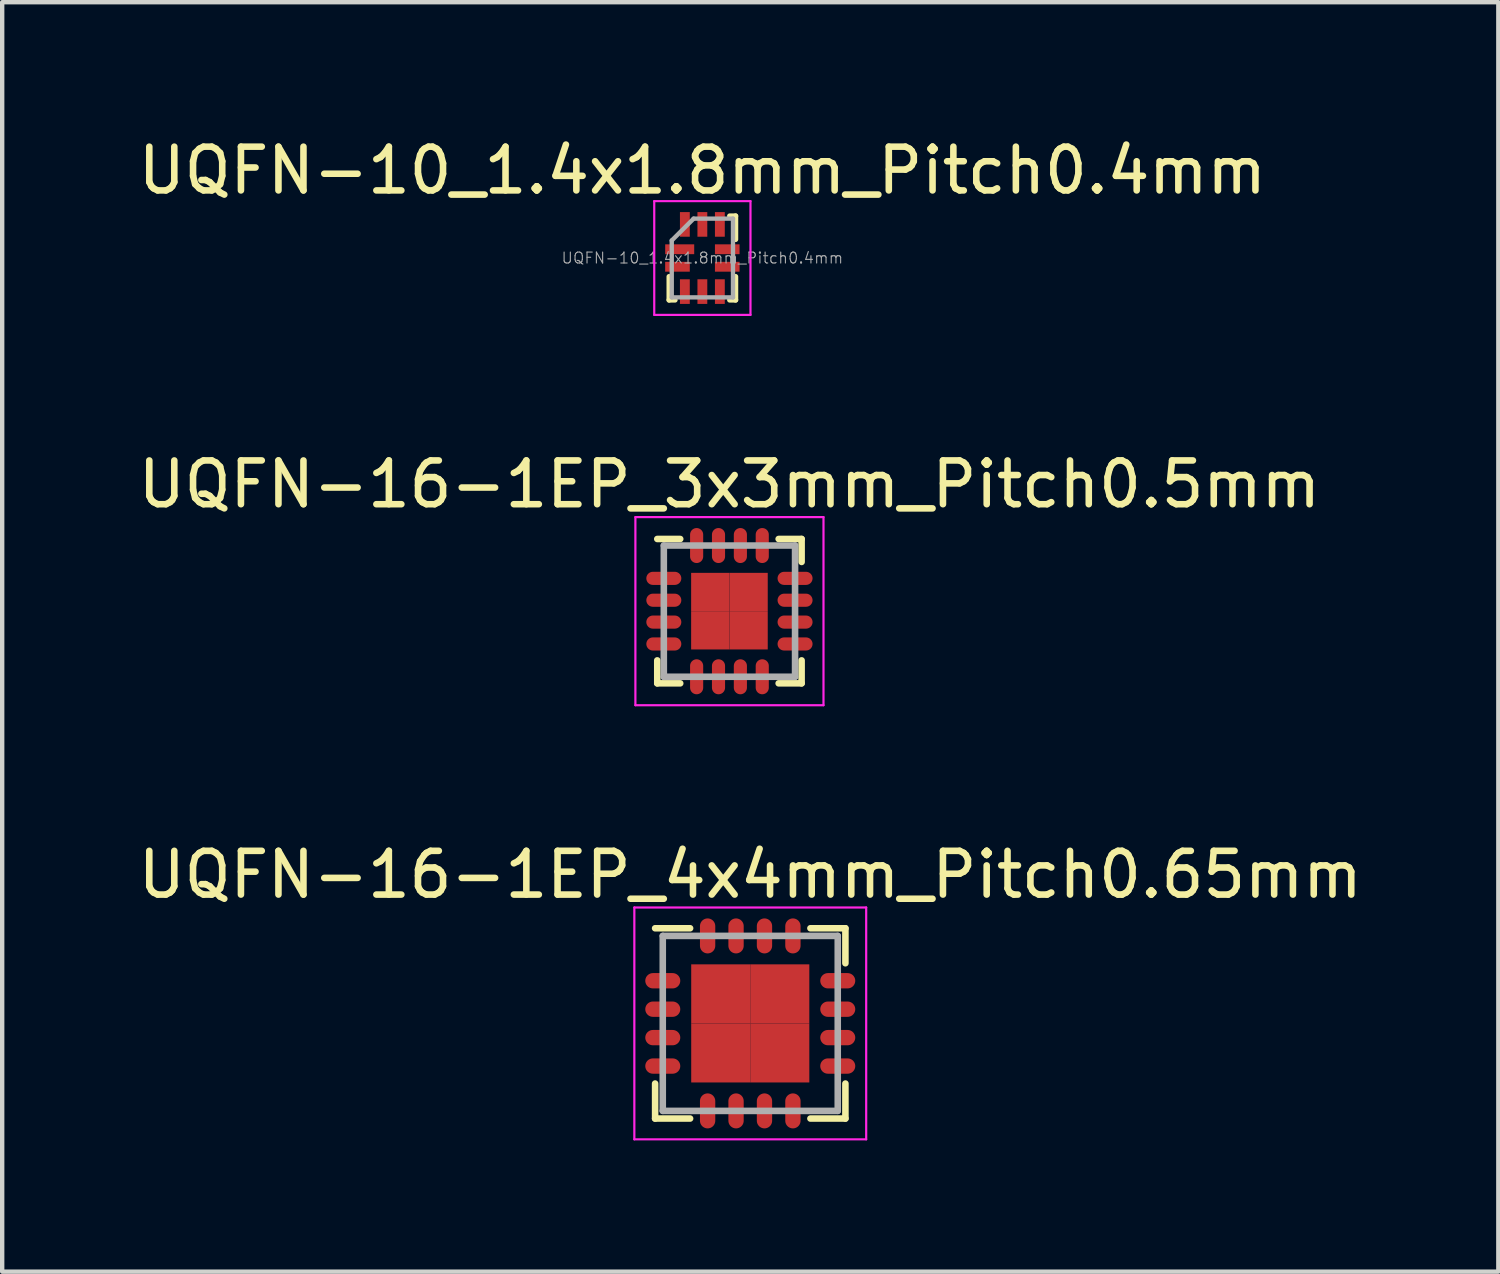
<source format=kicad_pcb>
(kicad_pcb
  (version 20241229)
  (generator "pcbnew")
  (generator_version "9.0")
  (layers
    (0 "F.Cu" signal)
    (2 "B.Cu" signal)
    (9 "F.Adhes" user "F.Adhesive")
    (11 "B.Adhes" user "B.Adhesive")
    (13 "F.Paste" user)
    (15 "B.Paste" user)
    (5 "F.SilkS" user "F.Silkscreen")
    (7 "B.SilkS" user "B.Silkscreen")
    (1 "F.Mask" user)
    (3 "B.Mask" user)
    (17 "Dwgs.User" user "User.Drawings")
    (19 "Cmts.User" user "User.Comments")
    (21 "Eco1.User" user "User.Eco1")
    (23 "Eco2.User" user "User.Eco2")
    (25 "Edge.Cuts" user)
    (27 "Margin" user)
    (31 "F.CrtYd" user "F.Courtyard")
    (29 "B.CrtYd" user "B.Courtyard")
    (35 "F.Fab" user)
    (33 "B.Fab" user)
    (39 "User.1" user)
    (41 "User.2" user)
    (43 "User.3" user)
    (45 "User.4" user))
  (footprint "UQFN-16-1EP_4x4mm_Pitch0.65mm"
    (layer "F.Cu")
    (at 14.101 20.345)
    (property "Reference" "UQFN-16-1EP_4x4mm_Pitch0.65mm" (at 0 -3.4 0) (layer "F.SilkS") (effects (font (size 1 1) (thickness 0.15))))
    (attr smd)
    (fp_line (start -2.175 -2.175) (end -1.375 -2.175) (stroke (width 0.15) (type solid)) (layer "F.SilkS"))
    (fp_line (start -2.175 2.175) (end -2.175 1.375) (stroke (width 0.15) (type solid)) (layer "F.SilkS"))
    (fp_line (start -2.175 2.175) (end -1.375 2.175) (stroke (width 0.15) (type solid)) (layer "F.SilkS"))
    (fp_line (start 2.175 -2.175) (end 1.375 -2.175) (stroke (width 0.15) (type solid)) (layer "F.SilkS"))
    (fp_line (start 2.175 -2.175) (end 2.175 -1.375) (stroke (width 0.15) (type solid)) (layer "F.SilkS"))
    (fp_line (start 2.175 2.175) (end 1.375 2.175) (stroke (width 0.15) (type solid)) (layer "F.SilkS"))
    (fp_line (start 2.175 2.175) (end 2.175 1.375) (stroke (width 0.15) (type solid)) (layer "F.SilkS"))
    (fp_line (start -2.65 -2.65) (end -2.65 2.65) (stroke (width 0.05) (type solid)) (layer "F.CrtYd"))
    (fp_line (start -2.65 -2.65) (end 2.65 -2.65) (stroke (width 0.05) (type solid)) (layer "F.CrtYd"))
    (fp_line (start -2.65 2.65) (end 2.65 2.65) (stroke (width 0.05) (type solid)) (layer "F.CrtYd"))
    (fp_line (start 2.65 -2.65) (end 2.65 2.65) (stroke (width 0.05) (type solid)) (layer "F.CrtYd"))
    (fp_line (start -2 -2) (end 2 -2) (stroke (width 0.15) (type solid)) (layer "F.Fab"))
    (fp_line (start -2 2) (end -2 -2) (stroke (width 0.15) (type solid)) (layer "F.Fab"))
    (fp_line (start 2 -2) (end 2 2) (stroke (width 0.15) (type solid)) (layer "F.Fab"))
    (fp_line (start 2 2) (end -2 2) (stroke (width 0.15) (type solid)) (layer "F.Fab"))
    (pad "1" smd oval (at -2 -0.975) (size 0.8 0.35) (layers "F.Cu" "F.Mask" "F.Paste"))
    (pad "2" smd oval (at -2 -0.325) (size 0.8 0.35) (layers "F.Cu" "F.Mask" "F.Paste"))
    (pad "3" smd oval (at -2 0.325) (size 0.8 0.35) (layers "F.Cu" "F.Mask" "F.Paste"))
    (pad "4" smd oval (at -2 0.975) (size 0.8 0.35) (layers "F.Cu" "F.Mask" "F.Paste"))
    (pad "5" smd oval (at -0.975 2 90) (size 0.8 0.35) (layers "F.Cu" "F.Mask" "F.Paste"))
    (pad "6" smd oval (at -0.325 2 90) (size 0.8 0.35) (layers "F.Cu" "F.Mask" "F.Paste"))
    (pad "7" smd oval (at 0.325 2 90) (size 0.8 0.35) (layers "F.Cu" "F.Mask" "F.Paste"))
    (pad "8" smd oval (at 0.975 2 90) (size 0.8 0.35) (layers "F.Cu" "F.Mask" "F.Paste"))
    (pad "9" smd oval (at 2 0.975) (size 0.8 0.35) (layers "F.Cu" "F.Mask" "F.Paste"))
    (pad "10" smd oval (at 2 0.325) (size 0.8 0.35) (layers "F.Cu" "F.Mask" "F.Paste"))
    (pad "11" smd oval (at 2 -0.325) (size 0.8 0.35) (layers "F.Cu" "F.Mask" "F.Paste"))
    (pad "12" smd oval (at 2 -0.975) (size 0.8 0.35) (layers "F.Cu" "F.Mask" "F.Paste"))
    (pad "13" smd oval (at 0.975 -2 90) (size 0.8 0.35) (layers "F.Cu" "F.Mask" "F.Paste"))
    (pad "14" smd oval (at 0.325 -2 90) (size 0.8 0.35) (layers "F.Cu" "F.Mask" "F.Paste"))
    (pad "15" smd oval (at -0.325 -2 90) (size 0.8 0.35) (layers "F.Cu" "F.Mask" "F.Paste"))
    (pad "16" smd oval (at -0.975 -2 90) (size 0.8 0.35) (layers "F.Cu" "F.Mask" "F.Paste"))
    (pad "17" smd rect (at -0.675 -0.675) (size 1.35 1.35) (layers "F.Cu" "F.Mask" "F.Paste"))
    (pad "17" smd rect (at -0.675 0.675) (size 1.35 1.35) (layers "F.Cu" "F.Mask" "F.Paste"))
    (pad "17" smd rect (at 0.675 -0.675) (size 1.35 1.35) (layers "F.Cu" "F.Mask" "F.Paste"))
    (pad "17" smd rect (at 0.675 0.675) (size 1.35 1.35) (layers "F.Cu" "F.Mask" "F.Paste")))
  (footprint "UQFN-16-1EP_3x3mm_Pitch0.5mm"
    (layer "F.Cu")
    (at 13.625 10.921)
    (property "Reference" "UQFN-16-1EP_3x3mm_Pitch0.5mm" (at 0 -2.9 0) (layer "F.SilkS") (effects (font (size 1 1) (thickness 0.15))))
    (attr smd)
    (fp_line (start -1.65 -1.65) (end -1.125 -1.65) (stroke (width 0.15) (type solid)) (layer "F.SilkS"))
    (fp_line (start -1.65 1.65) (end -1.65 1.125) (stroke (width 0.15) (type solid)) (layer "F.SilkS"))
    (fp_line (start -1.65 1.65) (end -1.125 1.65) (stroke (width 0.15) (type solid)) (layer "F.SilkS"))
    (fp_line (start 1.65 -1.65) (end 1.125 -1.65) (stroke (width 0.15) (type solid)) (layer "F.SilkS"))
    (fp_line (start 1.65 -1.65) (end 1.65 -1.125) (stroke (width 0.15) (type solid)) (layer "F.SilkS"))
    (fp_line (start 1.65 1.65) (end 1.125 1.65) (stroke (width 0.15) (type solid)) (layer "F.SilkS"))
    (fp_line (start 1.65 1.65) (end 1.65 1.125) (stroke (width 0.15) (type solid)) (layer "F.SilkS"))
    (fp_line (start -2.15 -2.15) (end -2.15 2.15) (stroke (width 0.05) (type solid)) (layer "F.CrtYd"))
    (fp_line (start -2.15 -2.15) (end 2.15 -2.15) (stroke (width 0.05) (type solid)) (layer "F.CrtYd"))
    (fp_line (start -2.15 2.15) (end 2.15 2.15) (stroke (width 0.05) (type solid)) (layer "F.CrtYd"))
    (fp_line (start 2.15 -2.15) (end 2.15 2.15) (stroke (width 0.05) (type solid)) (layer "F.CrtYd"))
    (fp_line (start -1.5 -1.5) (end 1.5 -1.5) (stroke (width 0.15) (type solid)) (layer "F.Fab"))
    (fp_line (start -1.5 1.5) (end -1.5 -1.5) (stroke (width 0.15) (type solid)) (layer "F.Fab"))
    (fp_line (start 1.5 -1.5) (end 1.5 1.5) (stroke (width 0.15) (type solid)) (layer "F.Fab"))
    (fp_line (start 1.5 1.5) (end -1.5 1.5) (stroke (width 0.15) (type solid)) (layer "F.Fab"))
    (pad "1" smd oval (at -1.5 -0.75) (size 0.8 0.3) (layers "F.Cu" "F.Mask" "F.Paste"))
    (pad "2" smd oval (at -1.5 -0.25) (size 0.8 0.3) (layers "F.Cu" "F.Mask" "F.Paste"))
    (pad "3" smd oval (at -1.5 0.25) (size 0.8 0.3) (layers "F.Cu" "F.Mask" "F.Paste"))
    (pad "4" smd oval (at -1.5 0.75) (size 0.8 0.3) (layers "F.Cu" "F.Mask" "F.Paste"))
    (pad "5" smd oval (at -0.75 1.5 90) (size 0.8 0.3) (layers "F.Cu" "F.Mask" "F.Paste"))
    (pad "6" smd oval (at -0.25 1.5 90) (size 0.8 0.3) (layers "F.Cu" "F.Mask" "F.Paste"))
    (pad "7" smd oval (at 0.25 1.5 90) (size 0.8 0.3) (layers "F.Cu" "F.Mask" "F.Paste"))
    (pad "8" smd oval (at 0.75 1.5 90) (size 0.8 0.3) (layers "F.Cu" "F.Mask" "F.Paste"))
    (pad "9" smd oval (at 1.5 0.75) (size 0.8 0.3) (layers "F.Cu" "F.Mask" "F.Paste"))
    (pad "10" smd oval (at 1.5 0.25) (size 0.8 0.3) (layers "F.Cu" "F.Mask" "F.Paste"))
    (pad "11" smd oval (at 1.5 -0.25) (size 0.8 0.3) (layers "F.Cu" "F.Mask" "F.Paste"))
    (pad "12" smd oval (at 1.5 -0.75) (size 0.8 0.3) (layers "F.Cu" "F.Mask" "F.Paste"))
    (pad "13" smd oval (at 0.75 -1.5 90) (size 0.8 0.3) (layers "F.Cu" "F.Mask" "F.Paste"))
    (pad "14" smd oval (at 0.25 -1.5 90) (size 0.8 0.3) (layers "F.Cu" "F.Mask" "F.Paste"))
    (pad "15" smd oval (at -0.25 -1.5 90) (size 0.8 0.3) (layers "F.Cu" "F.Mask" "F.Paste"))
    (pad "16" smd oval (at -0.75 -1.5 90) (size 0.8 0.3) (layers "F.Cu" "F.Mask" "F.Paste"))
    (pad "17" smd rect (at -0.438 -0.438) (size 0.875 0.875) (layers "F.Cu" "F.Mask" "F.Paste"))
    (pad "17" smd rect (at -0.438 0.438) (size 0.875 0.875) (layers "F.Cu" "F.Mask" "F.Paste"))
    (pad "17" smd rect (at 0.438 -0.438) (size 0.875 0.875) (layers "F.Cu" "F.Mask" "F.Paste"))
    (pad "17" smd rect (at 0.438 0.438) (size 0.875 0.875) (layers "F.Cu" "F.Mask" "F.Paste")))
  (footprint "UQFN-10_1.4x1.8mm_Pitch0.4mm"
    (layer "F.Cu")
    (at 13.006 2.848)
    (property "Reference" "UQFN-10_1.4x1.8mm_Pitch0.4mm" (at 0 -2 0) (layer "F.SilkS") (effects (font (size 1 1) (thickness 0.15))))
    (attr smd)
    (fp_line (start -0.76 0.96) (end -0.76 0.425) (stroke (width 0.12) (type solid)) (layer "F.SilkS"))
    (fp_line (start -0.625 0.96) (end -0.76 0.96) (stroke (width 0.12) (type solid)) (layer "F.SilkS"))
    (fp_line (start 0.76 -0.96) (end 0.625 -0.96) (stroke (width 0.12) (type solid)) (layer "F.SilkS"))
    (fp_line (start 0.76 -0.425) (end 0.76 -0.96) (stroke (width 0.12) (type solid)) (layer "F.SilkS"))
    (fp_line (start 0.76 0.96) (end 0.625 0.96) (stroke (width 0.12) (type solid)) (layer "F.SilkS"))
    (fp_line (start 0.76 0.96) (end 0.76 0.425) (stroke (width 0.12) (type solid)) (layer "F.SilkS"))
    (fp_line (start -1.1 1.3) (end -1.1 -1.3) (stroke (width 0.05) (type solid)) (layer "F.CrtYd"))
    (fp_line (start -1.1 1.3) (end 1.1 1.3) (stroke (width 0.05) (type solid)) (layer "F.CrtYd"))
    (fp_line (start 1.1 -1.3) (end -1.1 -1.3) (stroke (width 0.05) (type solid)) (layer "F.CrtYd"))
    (fp_line (start 1.1 -1.3) (end 1.1 1.3) (stroke (width 0.05) (type solid)) (layer "F.CrtYd"))
    (fp_line (start -0.7 -0.4) (end -0.7 0.9) (stroke (width 0.1) (type solid)) (layer "F.Fab"))
    (fp_line (start -0.7 0.9) (end 0.7 0.9) (stroke (width 0.1) (type solid)) (layer "F.Fab"))
    (fp_line (start -0.2 -0.9) (end -0.7 -0.4) (stroke (width 0.1) (type solid)) (layer "F.Fab"))
    (fp_line (start -0.2 -0.9) (end 0.7 -0.9) (stroke (width 0.1) (type solid)) (layer "F.Fab"))
    (fp_line (start 0.7 -0.9) (end 0.7 0.9) (stroke (width 0.1) (type solid)) (layer "F.Fab"))
    (fp_text user "${REFERENCE}" (at 0 0 0) (layer "F.Fab") (effects (font (size 0.25 0.25) (thickness 0.025))))
    (pad "1" smd rect (at -0.518 -0.2) (size 0.663 0.225) (layers "F.Cu" "F.Mask" "F.Paste"))
    (pad "2" smd rect (at -0.4 -0.768) (size 0.225 0.563) (layers "F.Cu" "F.Mask" "F.Paste"))
    (pad "3" smd rect (at 0 -0.768) (size 0.225 0.563) (layers "F.Cu" "F.Mask" "F.Paste"))
    (pad "4" smd rect (at 0.4 -0.768) (size 0.225 0.563) (layers "F.Cu" "F.Mask" "F.Paste"))
    (pad "5" smd rect (at 0.569 -0.2) (size 0.563 0.225) (layers "F.Cu" "F.Mask" "F.Paste"))
    (pad "6" smd rect (at 0.569 0.2) (size 0.563 0.225) (layers "F.Cu" "F.Mask" "F.Paste"))
    (pad "7" smd rect (at 0.4 0.768) (size 0.225 0.563) (layers "F.Cu" "F.Mask" "F.Paste"))
    (pad "8" smd rect (at 0 0.768) (size 0.225 0.563) (layers "F.Cu" "F.Mask" "F.Paste"))
    (pad "9" smd rect (at -0.4 0.768) (size 0.225 0.563) (layers "F.Cu" "F.Mask" "F.Paste"))
    (pad "10" smd rect (at -0.569 0.2) (size 0.563 0.225) (layers "F.Cu" "F.Mask" "F.Paste")))
  (gr_rect
    (start -3 -3)
    (end 31.202 26.02)
    (stroke (width 0.1) (type default))
    (fill no)
    (layer "Edge.Cuts")))
</source>
